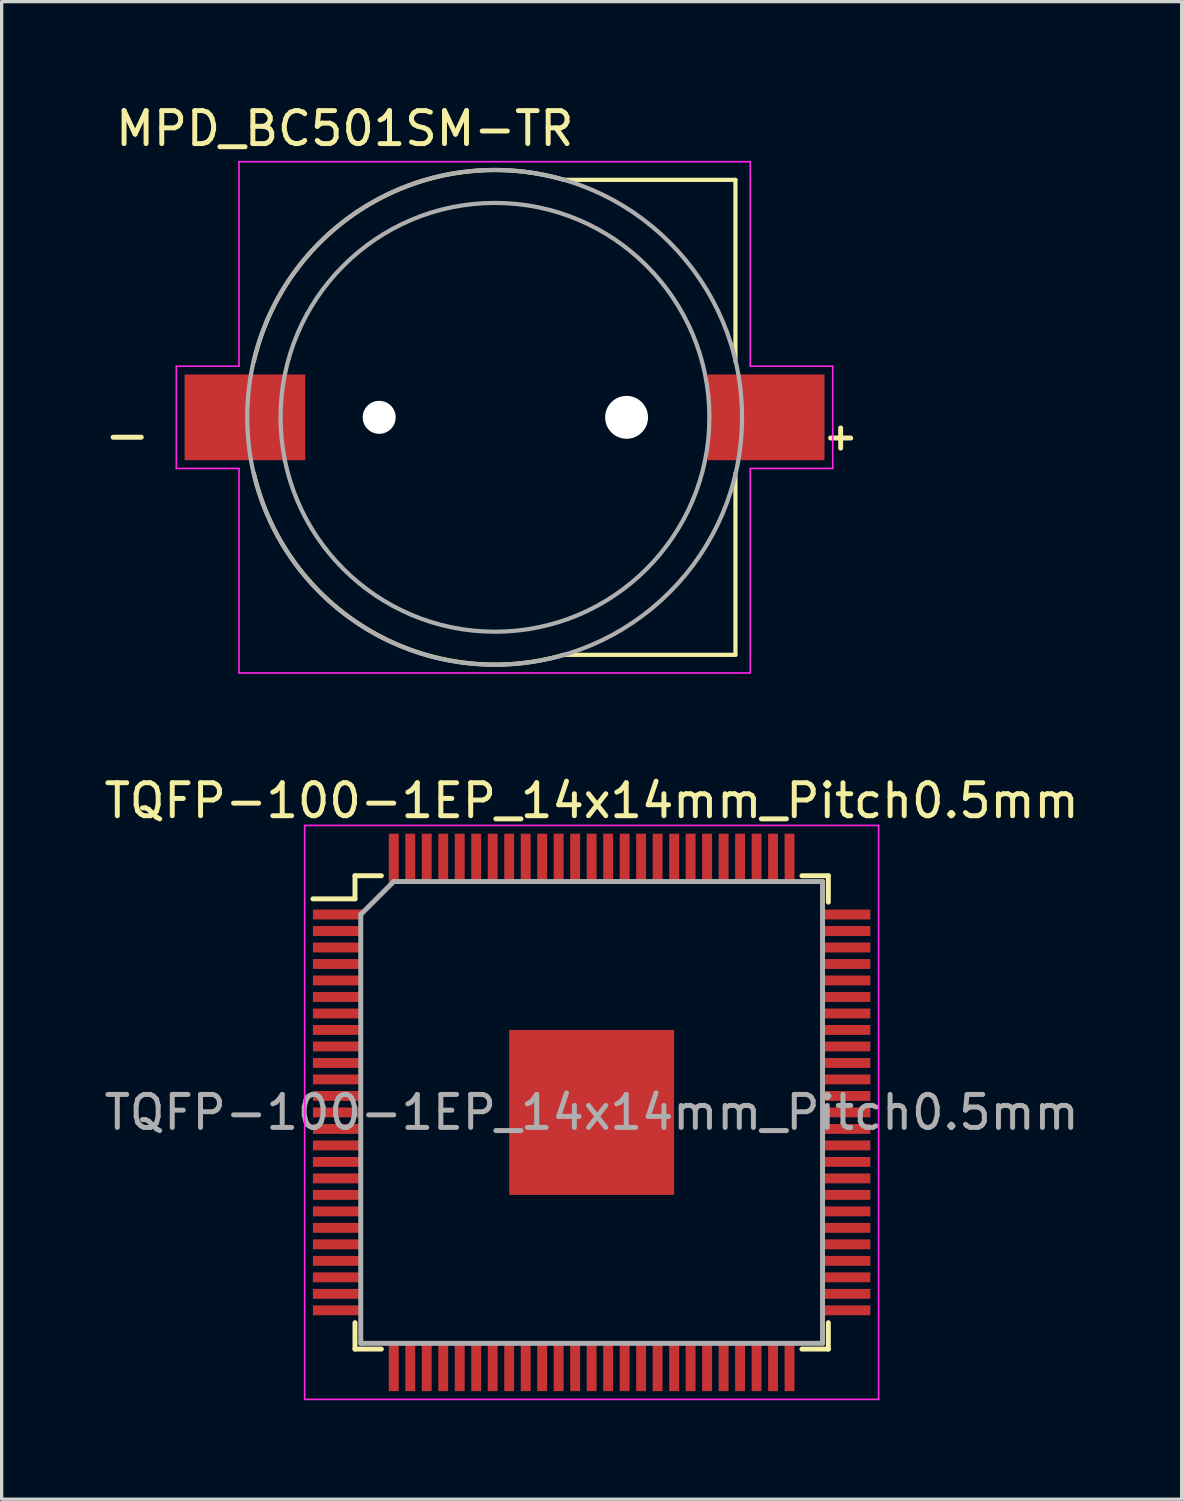
<source format=kicad_pcb>
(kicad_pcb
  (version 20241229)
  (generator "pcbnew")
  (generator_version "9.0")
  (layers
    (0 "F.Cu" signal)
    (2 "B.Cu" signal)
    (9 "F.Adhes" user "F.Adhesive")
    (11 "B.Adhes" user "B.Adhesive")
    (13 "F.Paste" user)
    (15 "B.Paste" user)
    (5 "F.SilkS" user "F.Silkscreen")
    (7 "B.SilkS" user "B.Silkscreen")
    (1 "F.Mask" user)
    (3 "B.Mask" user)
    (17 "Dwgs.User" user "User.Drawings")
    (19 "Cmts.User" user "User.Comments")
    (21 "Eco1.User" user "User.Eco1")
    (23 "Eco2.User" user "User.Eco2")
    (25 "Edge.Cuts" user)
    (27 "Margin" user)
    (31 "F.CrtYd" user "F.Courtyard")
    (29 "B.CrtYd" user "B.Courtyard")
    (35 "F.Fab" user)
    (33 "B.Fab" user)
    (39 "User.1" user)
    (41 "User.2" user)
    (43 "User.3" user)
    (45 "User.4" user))
  (footprint "TQFP-100-1EP_14x14mm_Pitch0.5mm"
    (layer "F.Cu")
    (at 14.887 30.675)
    (property "Reference" "TQFP-100-1EP_14x14mm_Pitch0.5mm" (at 0 -9.45 0) (layer "F.SilkS") (effects (font (size 1 1) (thickness 0.15))))
    (attr smd)
    (fp_line (start -7.175 -7.175) (end -7.175 -6.475) (stroke (width 0.15) (type solid)) (layer "F.SilkS"))
    (fp_line (start -7.175 -7.175) (end -6.375 -7.175) (stroke (width 0.15) (type solid)) (layer "F.SilkS"))
    (fp_line (start -7.175 -6.475) (end -8.45 -6.475) (stroke (width 0.15) (type solid)) (layer "F.SilkS"))
    (fp_line (start -7.175 7.175) (end -7.175 6.375) (stroke (width 0.15) (type solid)) (layer "F.SilkS"))
    (fp_line (start -7.175 7.175) (end -6.375 7.175) (stroke (width 0.15) (type solid)) (layer "F.SilkS"))
    (fp_line (start 7.175 -7.175) (end 6.375 -7.175) (stroke (width 0.15) (type solid)) (layer "F.SilkS"))
    (fp_line (start 7.175 -7.175) (end 7.175 -6.375) (stroke (width 0.15) (type solid)) (layer "F.SilkS"))
    (fp_line (start 7.175 7.175) (end 6.375 7.175) (stroke (width 0.15) (type solid)) (layer "F.SilkS"))
    (fp_line (start 7.175 7.175) (end 7.175 6.375) (stroke (width 0.15) (type solid)) (layer "F.SilkS"))
    (fp_line (start -8.7 -8.7) (end -8.7 8.7) (stroke (width 0.05) (type solid)) (layer "F.CrtYd"))
    (fp_line (start -8.7 -8.7) (end 8.7 -8.7) (stroke (width 0.05) (type solid)) (layer "F.CrtYd"))
    (fp_line (start -8.7 8.7) (end 8.7 8.7) (stroke (width 0.05) (type solid)) (layer "F.CrtYd"))
    (fp_line (start 8.7 -8.7) (end 8.7 8.7) (stroke (width 0.05) (type solid)) (layer "F.CrtYd"))
    (fp_line (start -7 -6) (end -6 -7) (stroke (width 0.15) (type solid)) (layer "F.Fab"))
    (fp_line (start -7 7) (end -7 -6) (stroke (width 0.15) (type solid)) (layer "F.Fab"))
    (fp_line (start -6 -7) (end 7 -7) (stroke (width 0.15) (type solid)) (layer "F.Fab"))
    (fp_line (start 7 -7) (end 7 7) (stroke (width 0.15) (type solid)) (layer "F.Fab"))
    (fp_line (start 7 7) (end -7 7) (stroke (width 0.15) (type solid)) (layer "F.Fab"))
    (fp_text user "${REFERENCE}" (at 0 0 0) (layer "F.Fab") (effects (font (size 1 1) (thickness 0.15))))
    (pad "" smd rect (at -1.875 -1.875) (size 1 1) (layers "F.Paste"))
    (pad "" smd rect (at -1.875 -0.625) (size 1 1) (layers "F.Paste"))
    (pad "" smd rect (at -1.875 0.625) (size 1 1) (layers "F.Paste"))
    (pad "" smd rect (at -1.875 1.875) (size 1 1) (layers "F.Paste"))
    (pad "" smd rect (at -0.625 -1.875) (size 1 1) (layers "F.Paste"))
    (pad "" smd rect (at -0.625 -0.625) (size 1 1) (layers "F.Paste"))
    (pad "" smd rect (at -0.625 0.625) (size 1 1) (layers "F.Paste"))
    (pad "" smd rect (at -0.625 1.875) (size 1 1) (layers "F.Paste"))
    (pad "" smd rect (at 0.625 -1.875) (size 1 1) (layers "F.Paste"))
    (pad "" smd rect (at 0.625 -0.625) (size 1 1) (layers "F.Paste"))
    (pad "" smd rect (at 0.625 0.625) (size 1 1) (layers "F.Paste"))
    (pad "" smd rect (at 0.625 1.875) (size 1 1) (layers "F.Paste"))
    (pad "" smd rect (at 1.875 -1.875) (size 1 1) (layers "F.Paste"))
    (pad "" smd rect (at 1.875 -0.625) (size 1 1) (layers "F.Paste"))
    (pad "" smd rect (at 1.875 0.625) (size 1 1) (layers "F.Paste"))
    (pad "" smd rect (at 1.875 1.875) (size 1 1) (layers "F.Paste"))
    (pad "1" smd rect (at -7.7 -6) (size 1.5 0.3) (layers "F.Cu" "F.Mask" "F.Paste"))
    (pad "2" smd rect (at -7.7 -5.5) (size 1.5 0.3) (layers "F.Cu" "F.Mask" "F.Paste"))
    (pad "3" smd rect (at -7.7 -5) (size 1.5 0.3) (layers "F.Cu" "F.Mask" "F.Paste"))
    (pad "4" smd rect (at -7.7 -4.5) (size 1.5 0.3) (layers "F.Cu" "F.Mask" "F.Paste"))
    (pad "5" smd rect (at -7.7 -4) (size 1.5 0.3) (layers "F.Cu" "F.Mask" "F.Paste"))
    (pad "6" smd rect (at -7.7 -3.5) (size 1.5 0.3) (layers "F.Cu" "F.Mask" "F.Paste"))
    (pad "7" smd rect (at -7.7 -3) (size 1.5 0.3) (layers "F.Cu" "F.Mask" "F.Paste"))
    (pad "8" smd rect (at -7.7 -2.5) (size 1.5 0.3) (layers "F.Cu" "F.Mask" "F.Paste"))
    (pad "9" smd rect (at -7.7 -2) (size 1.5 0.3) (layers "F.Cu" "F.Mask" "F.Paste"))
    (pad "10" smd rect (at -7.7 -1.5) (size 1.5 0.3) (layers "F.Cu" "F.Mask" "F.Paste"))
    (pad "11" smd rect (at -7.7 -1) (size 1.5 0.3) (layers "F.Cu" "F.Mask" "F.Paste"))
    (pad "12" smd rect (at -7.7 -0.5) (size 1.5 0.3) (layers "F.Cu" "F.Mask" "F.Paste"))
    (pad "13" smd rect (at -7.7 0) (size 1.5 0.3) (layers "F.Cu" "F.Mask" "F.Paste"))
    (pad "14" smd rect (at -7.7 0.5) (size 1.5 0.3) (layers "F.Cu" "F.Mask" "F.Paste"))
    (pad "15" smd rect (at -7.7 1) (size 1.5 0.3) (layers "F.Cu" "F.Mask" "F.Paste"))
    (pad "16" smd rect (at -7.7 1.5) (size 1.5 0.3) (layers "F.Cu" "F.Mask" "F.Paste"))
    (pad "17" smd rect (at -7.7 2) (size 1.5 0.3) (layers "F.Cu" "F.Mask" "F.Paste"))
    (pad "18" smd rect (at -7.7 2.5) (size 1.5 0.3) (layers "F.Cu" "F.Mask" "F.Paste"))
    (pad "19" smd rect (at -7.7 3) (size 1.5 0.3) (layers "F.Cu" "F.Mask" "F.Paste"))
    (pad "20" smd rect (at -7.7 3.5) (size 1.5 0.3) (layers "F.Cu" "F.Mask" "F.Paste"))
    (pad "21" smd rect (at -7.7 4) (size 1.5 0.3) (layers "F.Cu" "F.Mask" "F.Paste"))
    (pad "22" smd rect (at -7.7 4.5) (size 1.5 0.3) (layers "F.Cu" "F.Mask" "F.Paste"))
    (pad "23" smd rect (at -7.7 5) (size 1.5 0.3) (layers "F.Cu" "F.Mask" "F.Paste"))
    (pad "24" smd rect (at -7.7 5.5) (size 1.5 0.3) (layers "F.Cu" "F.Mask" "F.Paste"))
    (pad "25" smd rect (at -7.7 6) (size 1.5 0.3) (layers "F.Cu" "F.Mask" "F.Paste"))
    (pad "26" smd rect (at -6 7.7 90) (size 1.5 0.3) (layers "F.Cu" "F.Mask" "F.Paste"))
    (pad "27" smd rect (at -5.5 7.7 90) (size 1.5 0.3) (layers "F.Cu" "F.Mask" "F.Paste"))
    (pad "28" smd rect (at -5 7.7 90) (size 1.5 0.3) (layers "F.Cu" "F.Mask" "F.Paste"))
    (pad "29" smd rect (at -4.5 7.7 90) (size 1.5 0.3) (layers "F.Cu" "F.Mask" "F.Paste"))
    (pad "30" smd rect (at -4 7.7 90) (size 1.5 0.3) (layers "F.Cu" "F.Mask" "F.Paste"))
    (pad "31" smd rect (at -3.5 7.7 90) (size 1.5 0.3) (layers "F.Cu" "F.Mask" "F.Paste"))
    (pad "32" smd rect (at -3 7.7 90) (size 1.5 0.3) (layers "F.Cu" "F.Mask" "F.Paste"))
    (pad "33" smd rect (at -2.5 7.7 90) (size 1.5 0.3) (layers "F.Cu" "F.Mask" "F.Paste"))
    (pad "34" smd rect (at -2 7.7 90) (size 1.5 0.3) (layers "F.Cu" "F.Mask" "F.Paste"))
    (pad "35" smd rect (at -1.5 7.7 90) (size 1.5 0.3) (layers "F.Cu" "F.Mask" "F.Paste"))
    (pad "36" smd rect (at -1 7.7 90) (size 1.5 0.3) (layers "F.Cu" "F.Mask" "F.Paste"))
    (pad "37" smd rect (at -0.5 7.7 90) (size 1.5 0.3) (layers "F.Cu" "F.Mask" "F.Paste"))
    (pad "38" smd rect (at 0 7.7 90) (size 1.5 0.3) (layers "F.Cu" "F.Mask" "F.Paste"))
    (pad "39" smd rect (at 0.5 7.7 90) (size 1.5 0.3) (layers "F.Cu" "F.Mask" "F.Paste"))
    (pad "40" smd rect (at 1 7.7 90) (size 1.5 0.3) (layers "F.Cu" "F.Mask" "F.Paste"))
    (pad "41" smd rect (at 1.5 7.7 90) (size 1.5 0.3) (layers "F.Cu" "F.Mask" "F.Paste"))
    (pad "42" smd rect (at 2 7.7 90) (size 1.5 0.3) (layers "F.Cu" "F.Mask" "F.Paste"))
    (pad "43" smd rect (at 2.5 7.7 90) (size 1.5 0.3) (layers "F.Cu" "F.Mask" "F.Paste"))
    (pad "44" smd rect (at 3 7.7 90) (size 1.5 0.3) (layers "F.Cu" "F.Mask" "F.Paste"))
    (pad "45" smd rect (at 3.5 7.7 90) (size 1.5 0.3) (layers "F.Cu" "F.Mask" "F.Paste"))
    (pad "46" smd rect (at 4 7.7 90) (size 1.5 0.3) (layers "F.Cu" "F.Mask" "F.Paste"))
    (pad "47" smd rect (at 4.5 7.7 90) (size 1.5 0.3) (layers "F.Cu" "F.Mask" "F.Paste"))
    (pad "48" smd rect (at 5 7.7 90) (size 1.5 0.3) (layers "F.Cu" "F.Mask" "F.Paste"))
    (pad "49" smd rect (at 5.5 7.7 90) (size 1.5 0.3) (layers "F.Cu" "F.Mask" "F.Paste"))
    (pad "50" smd rect (at 6 7.7 90) (size 1.5 0.3) (layers "F.Cu" "F.Mask" "F.Paste"))
    (pad "51" smd rect (at 7.7 6) (size 1.5 0.3) (layers "F.Cu" "F.Mask" "F.Paste"))
    (pad "52" smd rect (at 7.7 5.5) (size 1.5 0.3) (layers "F.Cu" "F.Mask" "F.Paste"))
    (pad "53" smd rect (at 7.7 5) (size 1.5 0.3) (layers "F.Cu" "F.Mask" "F.Paste"))
    (pad "54" smd rect (at 7.7 4.5) (size 1.5 0.3) (layers "F.Cu" "F.Mask" "F.Paste"))
    (pad "55" smd rect (at 7.7 4) (size 1.5 0.3) (layers "F.Cu" "F.Mask" "F.Paste"))
    (pad "56" smd rect (at 7.7 3.5) (size 1.5 0.3) (layers "F.Cu" "F.Mask" "F.Paste"))
    (pad "57" smd rect (at 7.7 3) (size 1.5 0.3) (layers "F.Cu" "F.Mask" "F.Paste"))
    (pad "58" smd rect (at 7.7 2.5) (size 1.5 0.3) (layers "F.Cu" "F.Mask" "F.Paste"))
    (pad "59" smd rect (at 7.7 2) (size 1.5 0.3) (layers "F.Cu" "F.Mask" "F.Paste"))
    (pad "60" smd rect (at 7.7 1.5) (size 1.5 0.3) (layers "F.Cu" "F.Mask" "F.Paste"))
    (pad "61" smd rect (at 7.7 1) (size 1.5 0.3) (layers "F.Cu" "F.Mask" "F.Paste"))
    (pad "62" smd rect (at 7.7 0.5) (size 1.5 0.3) (layers "F.Cu" "F.Mask" "F.Paste"))
    (pad "63" smd rect (at 7.7 0) (size 1.5 0.3) (layers "F.Cu" "F.Mask" "F.Paste"))
    (pad "64" smd rect (at 7.7 -0.5) (size 1.5 0.3) (layers "F.Cu" "F.Mask" "F.Paste"))
    (pad "65" smd rect (at 7.7 -1) (size 1.5 0.3) (layers "F.Cu" "F.Mask" "F.Paste"))
    (pad "66" smd rect (at 7.7 -1.5) (size 1.5 0.3) (layers "F.Cu" "F.Mask" "F.Paste"))
    (pad "67" smd rect (at 7.7 -2) (size 1.5 0.3) (layers "F.Cu" "F.Mask" "F.Paste"))
    (pad "68" smd rect (at 7.7 -2.5) (size 1.5 0.3) (layers "F.Cu" "F.Mask" "F.Paste"))
    (pad "69" smd rect (at 7.7 -3) (size 1.5 0.3) (layers "F.Cu" "F.Mask" "F.Paste"))
    (pad "70" smd rect (at 7.7 -3.5) (size 1.5 0.3) (layers "F.Cu" "F.Mask" "F.Paste"))
    (pad "71" smd rect (at 7.7 -4) (size 1.5 0.3) (layers "F.Cu" "F.Mask" "F.Paste"))
    (pad "72" smd rect (at 7.7 -4.5) (size 1.5 0.3) (layers "F.Cu" "F.Mask" "F.Paste"))
    (pad "73" smd rect (at 7.7 -5) (size 1.5 0.3) (layers "F.Cu" "F.Mask" "F.Paste"))
    (pad "74" smd rect (at 7.7 -5.5) (size 1.5 0.3) (layers "F.Cu" "F.Mask" "F.Paste"))
    (pad "75" smd rect (at 7.7 -6) (size 1.5 0.3) (layers "F.Cu" "F.Mask" "F.Paste"))
    (pad "76" smd rect (at 6 -7.7 90) (size 1.5 0.3) (layers "F.Cu" "F.Mask" "F.Paste"))
    (pad "77" smd rect (at 5.5 -7.7 90) (size 1.5 0.3) (layers "F.Cu" "F.Mask" "F.Paste"))
    (pad "78" smd rect (at 5 -7.7 90) (size 1.5 0.3) (layers "F.Cu" "F.Mask" "F.Paste"))
    (pad "79" smd rect (at 4.5 -7.7 90) (size 1.5 0.3) (layers "F.Cu" "F.Mask" "F.Paste"))
    (pad "80" smd rect (at 4 -7.7 90) (size 1.5 0.3) (layers "F.Cu" "F.Mask" "F.Paste"))
    (pad "81" smd rect (at 3.5 -7.7 90) (size 1.5 0.3) (layers "F.Cu" "F.Mask" "F.Paste"))
    (pad "82" smd rect (at 3 -7.7 90) (size 1.5 0.3) (layers "F.Cu" "F.Mask" "F.Paste"))
    (pad "83" smd rect (at 2.5 -7.7 90) (size 1.5 0.3) (layers "F.Cu" "F.Mask" "F.Paste"))
    (pad "84" smd rect (at 2 -7.7 90) (size 1.5 0.3) (layers "F.Cu" "F.Mask" "F.Paste"))
    (pad "85" smd rect (at 1.5 -7.7 90) (size 1.5 0.3) (layers "F.Cu" "F.Mask" "F.Paste"))
    (pad "86" smd rect (at 1 -7.7 90) (size 1.5 0.3) (layers "F.Cu" "F.Mask" "F.Paste"))
    (pad "87" smd rect (at 0.5 -7.7 90) (size 1.5 0.3) (layers "F.Cu" "F.Mask" "F.Paste"))
    (pad "88" smd rect (at 0 -7.7 90) (size 1.5 0.3) (layers "F.Cu" "F.Mask" "F.Paste"))
    (pad "89" smd rect (at -0.5 -7.7 90) (size 1.5 0.3) (layers "F.Cu" "F.Mask" "F.Paste"))
    (pad "90" smd rect (at -1 -7.7 90) (size 1.5 0.3) (layers "F.Cu" "F.Mask" "F.Paste"))
    (pad "91" smd rect (at -1.5 -7.7 90) (size 1.5 0.3) (layers "F.Cu" "F.Mask" "F.Paste"))
    (pad "92" smd rect (at -2 -7.7 90) (size 1.5 0.3) (layers "F.Cu" "F.Mask" "F.Paste"))
    (pad "93" smd rect (at -2.5 -7.7 90) (size 1.5 0.3) (layers "F.Cu" "F.Mask" "F.Paste"))
    (pad "94" smd rect (at -3 -7.7 90) (size 1.5 0.3) (layers "F.Cu" "F.Mask" "F.Paste"))
    (pad "95" smd rect (at -3.5 -7.7 90) (size 1.5 0.3) (layers "F.Cu" "F.Mask" "F.Paste"))
    (pad "96" smd rect (at -4 -7.7 90) (size 1.5 0.3) (layers "F.Cu" "F.Mask" "F.Paste"))
    (pad "97" smd rect (at -4.5 -7.7 90) (size 1.5 0.3) (layers "F.Cu" "F.Mask" "F.Paste"))
    (pad "98" smd rect (at -5 -7.7 90) (size 1.5 0.3) (layers "F.Cu" "F.Mask" "F.Paste"))
    (pad "99" smd rect (at -5.5 -7.7 90) (size 1.5 0.3) (layers "F.Cu" "F.Mask" "F.Paste"))
    (pad "100" smd rect (at -6 -7.7 90) (size 1.5 0.3) (layers "F.Cu" "F.Mask" "F.Paste"))
    (pad "101" smd rect (at 0 0) (size 5 5) (layers "F.Cu" "F.Mask")))
  (footprint "MPD_BC501SM-TR"
    (layer "F.Cu")
    (at 11.946 9.602)
    (property "Reference" "MPD_BC501SM-TR" (at -4.544 -8.754 0) (layer "F.SilkS") (effects (font (size 1 1) (thickness 0.15))))
    (attr smd)
    (fp_line (start 2.1 -7.2) (end 7.3 -7.2) (stroke (width 0.127) (type solid)) (layer "F.SilkS"))
    (fp_line (start 2.1 7.2) (end 7.3 7.2) (stroke (width 0.127) (type solid)) (layer "F.SilkS"))
    (fp_line (start 7.3 -1.7) (end 7.3 -7.2) (stroke (width 0.127) (type solid)) (layer "F.SilkS"))
    (fp_line (start 7.3 1.7) (end 7.3 7.2) (stroke (width 0.127) (type solid)) (layer "F.SilkS"))
    (fp_arc (start -7.299999 -1.7) (mid -3.781493 -6.469279) (end 2.1 -7.2) (stroke (width 0.127) (type solid)) (layer "F.SilkS"))
    (fp_arc (start 2.1 7.200001) (mid -3.781493 6.46928) (end -7.3 1.7) (stroke (width 0.127) (type solid)) (layer "F.SilkS"))
    (fp_line (start -9.65 -1.55) (end -7.75 -1.55) (stroke (width 0.05) (type solid)) (layer "F.CrtYd"))
    (fp_line (start -9.65 1.55) (end -9.65 -1.55) (stroke (width 0.05) (type solid)) (layer "F.CrtYd"))
    (fp_line (start -7.75 -7.75) (end 7.75 -7.75) (stroke (width 0.05) (type solid)) (layer "F.CrtYd"))
    (fp_line (start -7.75 -1.55) (end -7.75 -7.75) (stroke (width 0.05) (type solid)) (layer "F.CrtYd"))
    (fp_line (start -7.75 1.55) (end -9.65 1.55) (stroke (width 0.05) (type solid)) (layer "F.CrtYd"))
    (fp_line (start -7.75 7.75) (end -7.75 1.55) (stroke (width 0.05) (type solid)) (layer "F.CrtYd"))
    (fp_line (start 7.75 -7.75) (end 7.75 -1.55) (stroke (width 0.05) (type solid)) (layer "F.CrtYd"))
    (fp_line (start 7.75 -1.55) (end 10.25 -1.55) (stroke (width 0.05) (type solid)) (layer "F.CrtYd"))
    (fp_line (start 7.75 1.55) (end 7.75 7.75) (stroke (width 0.05) (type solid)) (layer "F.CrtYd"))
    (fp_line (start 7.75 7.75) (end -7.75 7.75) (stroke (width 0.05) (type solid)) (layer "F.CrtYd"))
    (fp_line (start 10.25 -1.55) (end 10.25 1.55) (stroke (width 0.05) (type solid)) (layer "F.CrtYd"))
    (fp_line (start 10.25 1.55) (end 7.75 1.55) (stroke (width 0.05) (type solid)) (layer "F.CrtYd"))
    (fp_circle (center 0 0) (end 7.5 0) (stroke (width 0.127) (type solid)) (fill no) (layer "F.Fab"))
    (fp_circle (center 0.01 0) (end 6.51 0) (stroke (width 0.127) (type solid)) (fill no) (layer "F.Fab"))
    (fp_text user "-" (at -11.14 0.52 0) (layer "F.SilkS") (effects (font (size 1.12 1.12) (thickness 0.15))))
    (fp_text user "+" (at 10.49 0.57 0) (layer "F.SilkS") (effects (font (size 0.8 0.8) (thickness 0.15))))
    (pad "" np_thru_hole circle (at -3.5 0) (size 1 1) (drill 1) (layers "*.Cu" "*.Mask"))
    (pad "" np_thru_hole circle (at 4 0) (size 1.3 1.3) (drill 1.3) (layers "*.Cu" "*.Mask"))
    (pad "1" smd rect (at -7.57 0) (size 3.66 2.6) (layers "F.Cu" "F.Mask" "F.Paste"))
    (pad "2" smd rect (at 8.23 0) (size 3.54 2.6) (layers "F.Cu" "F.Mask" "F.Paste")))
  (gr_rect
    (start -3 -3)
    (end 32.774 42.401)
    (stroke (width 0.1) (type default))
    (fill no)
    (layer "Edge.Cuts")))
</source>
